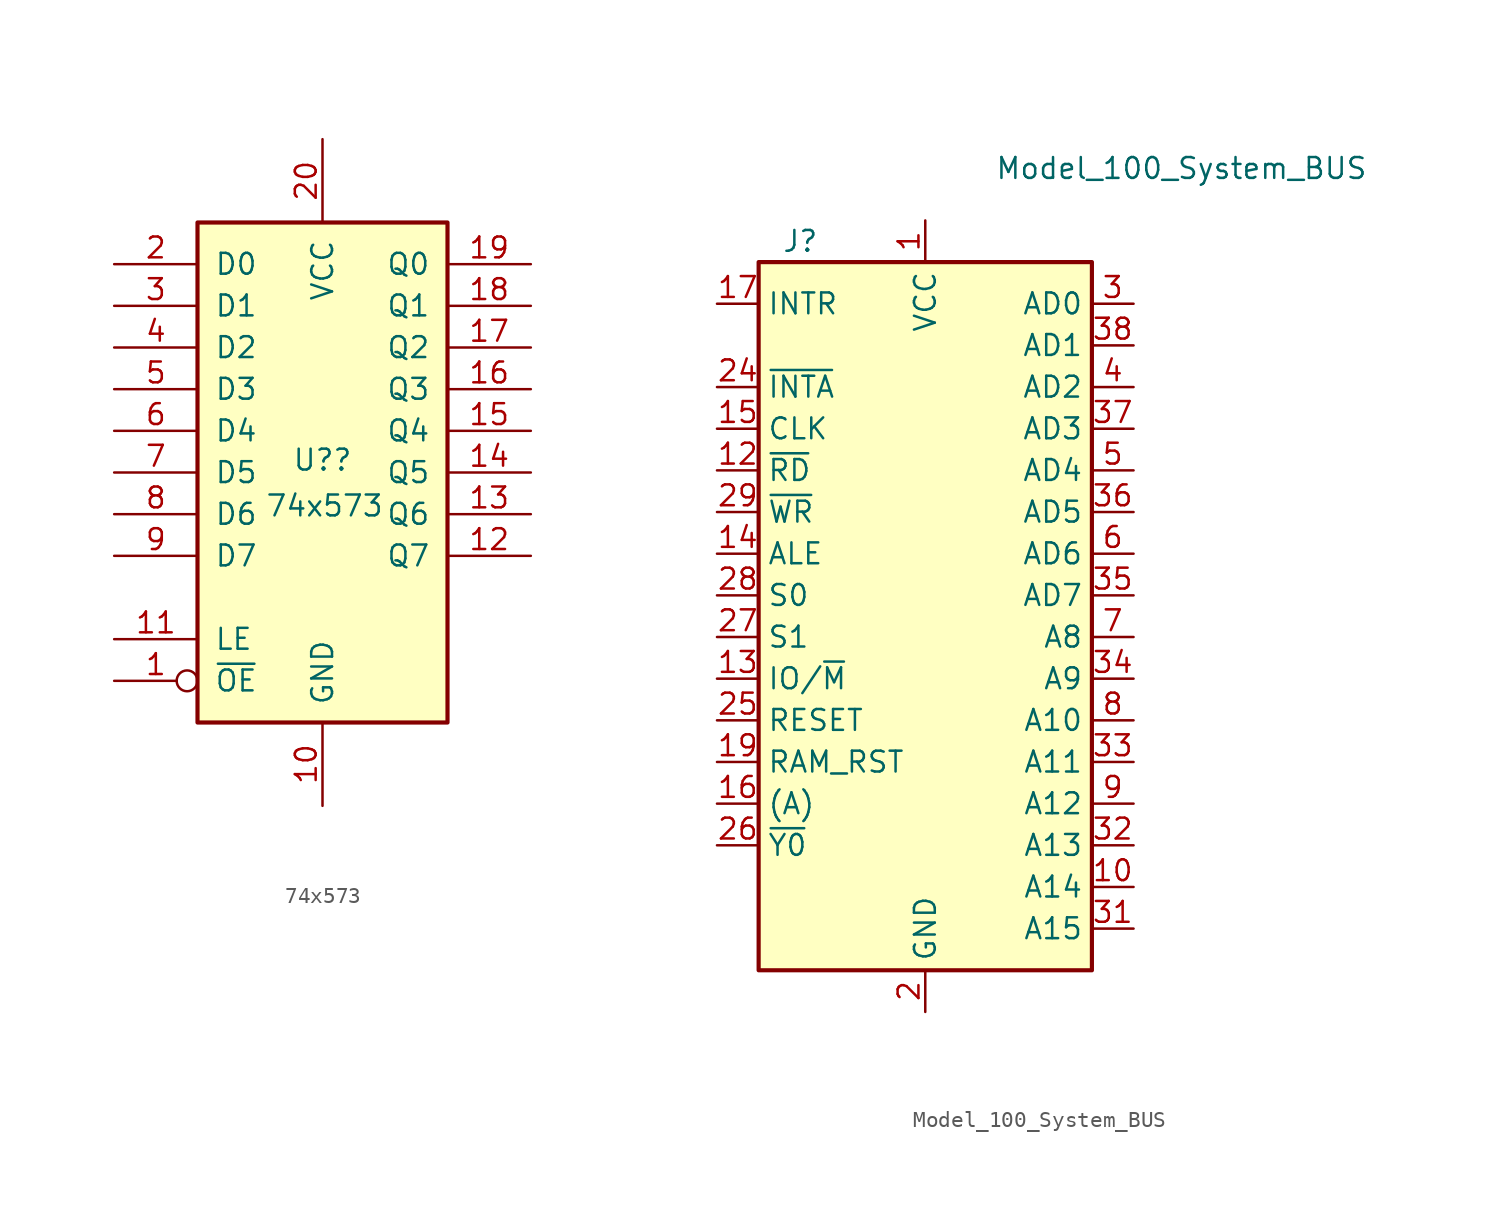
<source format=kicad_sym>
(kicad_symbol_lib
  (version 20220914)
  (generator kicad_symbol_editor)
  (symbol "74x573"
    (pin_names
      (offset 1.016))
    (property "Reference" "U?"
      (at 0 0.762 0)
      (effects (font (size 1.27 1.27))))
    (property "Value" "74x573"
      (at 0.127 -2.032 0)
      (effects (font (size 1.27 1.27))))
    (symbol "74x573_1_0"
      (pin input inverted (at -12.7 -12.7 0) (length 5.08) (name "~{OE}" (effects (font (size 1.27 1.27)))) (number "1" (effects (font (size 1.27 1.27)))))
      (pin power_in line (at 0 -20.32 90) (length 5.08) (name "GND" (effects (font (size 1.27 1.27)))) (number "10" (effects (font (size 1.27 1.27)))))
      (pin input line (at -12.7 -10.16 0) (length 5.08) (name "LE" (effects (font (size 1.27 1.27)))) (number "11" (effects (font (size 1.27 1.27)))))
      (pin tri_state line (at 12.7 -5.08 180) (length 5.08) (name "Q7" (effects (font (size 1.27 1.27)))) (number "12" (effects (font (size 1.27 1.27)))))
      (pin tri_state line (at 12.7 -2.54 180) (length 5.08) (name "Q6" (effects (font (size 1.27 1.27)))) (number "13" (effects (font (size 1.27 1.27)))))
      (pin tri_state line (at 12.7 0 180) (length 5.08) (name "Q5" (effects (font (size 1.27 1.27)))) (number "14" (effects (font (size 1.27 1.27)))))
      (pin tri_state line (at 12.7 2.54 180) (length 5.08) (name "Q4" (effects (font (size 1.27 1.27)))) (number "15" (effects (font (size 1.27 1.27)))))
      (pin tri_state line (at 12.7 5.08 180) (length 5.08) (name "Q3" (effects (font (size 1.27 1.27)))) (number "16" (effects (font (size 1.27 1.27)))))
      (pin tri_state line (at 12.7 7.62 180) (length 5.08) (name "Q2" (effects (font (size 1.27 1.27)))) (number "17" (effects (font (size 1.27 1.27)))))
      (pin tri_state line (at 12.7 10.16 180) (length 5.08) (name "Q1" (effects (font (size 1.27 1.27)))) (number "18" (effects (font (size 1.27 1.27)))))
      (pin tri_state line (at 12.7 12.7 180) (length 5.08) (name "Q0" (effects (font (size 1.27 1.27)))) (number "19" (effects (font (size 1.27 1.27)))))
      (pin input line (at -12.7 12.7 0) (length 5.08) (name "D0" (effects (font (size 1.27 1.27)))) (number "2" (effects (font (size 1.27 1.27)))))
      (pin power_in line (at 0 20.32 270) (length 5.08) (name "VCC" (effects (font (size 1.27 1.27)))) (number "20" (effects (font (size 1.27 1.27)))))
      (pin input line (at -12.7 10.16 0) (length 5.08) (name "D1" (effects (font (size 1.27 1.27)))) (number "3" (effects (font (size 1.27 1.27)))))
      (pin input line (at -12.7 7.62 0) (length 5.08) (name "D2" (effects (font (size 1.27 1.27)))) (number "4" (effects (font (size 1.27 1.27)))))
      (pin input line (at -12.7 5.08 0) (length 5.08) (name "D3" (effects (font (size 1.27 1.27)))) (number "5" (effects (font (size 1.27 1.27)))))
      (pin input line (at -12.7 2.54 0) (length 5.08) (name "D4" (effects (font (size 1.27 1.27)))) (number "6" (effects (font (size 1.27 1.27)))))
      (pin input line (at -12.7 0 0) (length 5.08) (name "D5" (effects (font (size 1.27 1.27)))) (number "7" (effects (font (size 1.27 1.27)))))
      (pin input line (at -12.7 -2.54 0) (length 5.08) (name "D6" (effects (font (size 1.27 1.27)))) (number "8" (effects (font (size 1.27 1.27)))))
      (pin input line (at -12.7 -5.08 0) (length 5.08) (name "D7" (effects (font (size 1.27 1.27)))) (number "9" (effects (font (size 1.27 1.27))))))
    (symbol "74x573_1_1"
      (rectangle (start -7.62 15.24) (end 7.62 -15.24) (stroke (width 0.254) (type default)) (fill (type background)))))
  (symbol "Model_100_System_BUS"
    (property "Reference" "J"
      (at -7.62 22.86 0)
      (effects (font (size 1.27 1.27))))
    (property "Value" "Model_100_System_BUS"
      (at 15.621 27.305 0)
      (effects (font (size 1.27 1.27))))
    (symbol "Model_100_System_BUS_0_1"
      (rectangle (start -10.16 21.59) (end 10.16 -21.59) (stroke (width 0.254) (type default)) (fill (type background))))
    (symbol "Model_100_System_BUS_1_1"
      (pin power_out line (at 0 24.13 270) (length 2.54) (name "VCC" (effects (font (size 1.27 1.27)))) (number "1" (effects (font (size 1.27 1.27)))))
      (pin output line (at 12.7 -16.51 180) (length 2.54) (name "A14" (effects (font (size 1.27 1.27)))) (number "10" (effects (font (size 1.27 1.27)))))
      (pin passive line (at 0 -24.13 90) (length 2.54) hide (name "GND" (effects (font (size 1.27 1.27)))) (number "11" (effects (font (size 1.27 1.27)))))
      (pin output line (at -12.7 8.89 0) (length 2.54) (name "~{RD}" (effects (font (size 1.27 1.27)))) (number "12" (effects (font (size 1.27 1.27)))))
      (pin output line (at -12.7 -3.81 0) (length 2.54) (name "IO/~{M}" (effects (font (size 1.27 1.27)))) (number "13" (effects (font (size 1.27 1.27)))))
      (pin output line (at -12.7 3.81 0) (length 2.54) (name "ALE" (effects (font (size 1.27 1.27)))) (number "14" (effects (font (size 1.27 1.27)))))
      (pin output line (at -12.7 11.43 0) (length 2.54) (name "CLK" (effects (font (size 1.27 1.27)))) (number "15" (effects (font (size 1.27 1.27)))))
      (pin output line (at -12.7 -11.43 0) (length 2.54) (name "(A)" (effects (font (size 1.27 1.27)))) (number "16" (effects (font (size 1.27 1.27)))))
      (pin input line (at -12.7 19.05 0) (length 2.54) (name "INTR" (effects (font (size 1.27 1.27)))) (number "17" (effects (font (size 1.27 1.27)))))
      (pin passive line (at 0 -24.13 90) (length 2.54) hide (name "GND" (effects (font (size 1.27 1.27)))) (number "18" (effects (font (size 1.27 1.27)))))
      (pin output line (at -12.7 -8.89 0) (length 2.54) (name "RAM_RST" (effects (font (size 1.27 1.27)))) (number "19" (effects (font (size 1.27 1.27)))))
      (pin power_out line (at 0 -24.13 90) (length 2.54) (name "GND" (effects (font (size 1.27 1.27)))) (number "2" (effects (font (size 1.27 1.27)))))
      (pin no_connect line (at -10.16 -17.78 0) (length 2.54) hide (name "NC" (effects (font (size 1.27 1.27)))) (number "20" (effects (font (size 1.27 1.27)))))
      (pin no_connect line (at -10.16 -19.05 0) (length 2.54) hide (name "NC" (effects (font (size 1.27 1.27)))) (number "21" (effects (font (size 1.27 1.27)))))
      (pin no_connect line (at -10.16 -20.32 0) (length 2.54) hide (name "NC" (effects (font (size 1.27 1.27)))) (number "22" (effects (font (size 1.27 1.27)))))
      (pin passive line (at 0 -24.13 90) (length 2.54) hide (name "GND" (effects (font (size 1.27 1.27)))) (number "23" (effects (font (size 1.27 1.27)))))
      (pin output line (at -12.7 13.97 0) (length 2.54) (name "~{INTA}" (effects (font (size 1.27 1.27)))) (number "24" (effects (font (size 1.27 1.27)))))
      (pin output line (at -12.7 -6.35 0) (length 2.54) (name "RESET" (effects (font (size 1.27 1.27)))) (number "25" (effects (font (size 1.27 1.27)))))
      (pin output line (at -12.7 -13.97 0) (length 2.54) (name "~{Y0}" (effects (font (size 1.27 1.27)))) (number "26" (effects (font (size 1.27 1.27)))))
      (pin output line (at -12.7 -1.27 0) (length 2.54) (name "S1" (effects (font (size 1.27 1.27)))) (number "27" (effects (font (size 1.27 1.27)))))
      (pin output line (at -12.7 1.27 0) (length 2.54) (name "S0" (effects (font (size 1.27 1.27)))) (number "28" (effects (font (size 1.27 1.27)))))
      (pin output line (at -12.7 6.35 0) (length 2.54) (name "~{WR}" (effects (font (size 1.27 1.27)))) (number "29" (effects (font (size 1.27 1.27)))))
      (pin bidirectional line (at 12.7 19.05 180) (length 2.54) (name "AD0" (effects (font (size 1.27 1.27)))) (number "3" (effects (font (size 1.27 1.27)))))
      (pin passive line (at 0 -24.13 90) (length 2.54) hide (name "GND" (effects (font (size 1.27 1.27)))) (number "30" (effects (font (size 1.27 1.27)))))
      (pin output line (at 12.7 -19.05 180) (length 2.54) (name "A15" (effects (font (size 1.27 1.27)))) (number "31" (effects (font (size 1.27 1.27)))))
      (pin output line (at 12.7 -13.97 180) (length 2.54) (name "A13" (effects (font (size 1.27 1.27)))) (number "32" (effects (font (size 1.27 1.27)))))
      (pin output line (at 12.7 -8.89 180) (length 2.54) (name "A11" (effects (font (size 1.27 1.27)))) (number "33" (effects (font (size 1.27 1.27)))))
      (pin output line (at 12.7 -3.81 180) (length 2.54) (name "A9" (effects (font (size 1.27 1.27)))) (number "34" (effects (font (size 1.27 1.27)))))
      (pin bidirectional line (at 12.7 1.27 180) (length 2.54) (name "AD7" (effects (font (size 1.27 1.27)))) (number "35" (effects (font (size 1.27 1.27)))))
      (pin bidirectional line (at 12.7 6.35 180) (length 2.54) (name "AD5" (effects (font (size 1.27 1.27)))) (number "36" (effects (font (size 1.27 1.27)))))
      (pin bidirectional line (at 12.7 11.43 180) (length 2.54) (name "AD3" (effects (font (size 1.27 1.27)))) (number "37" (effects (font (size 1.27 1.27)))))
      (pin bidirectional line (at 12.7 16.51 180) (length 2.54) (name "AD1" (effects (font (size 1.27 1.27)))) (number "38" (effects (font (size 1.27 1.27)))))
      (pin passive line (at 0 -24.13 90) (length 2.54) hide (name "GND" (effects (font (size 1.27 1.27)))) (number "39" (effects (font (size 1.27 1.27)))))
      (pin bidirectional line (at 12.7 13.97 180) (length 2.54) (name "AD2" (effects (font (size 1.27 1.27)))) (number "4" (effects (font (size 1.27 1.27)))))
      (pin passive line (at 0 24.13 270) (length 2.54) hide (name "VCC" (effects (font (size 1.27 1.27)))) (number "40" (effects (font (size 1.27 1.27)))))
      (pin bidirectional line (at 12.7 8.89 180) (length 2.54) (name "AD4" (effects (font (size 1.27 1.27)))) (number "5" (effects (font (size 1.27 1.27)))))
      (pin bidirectional line (at 12.7 3.81 180) (length 2.54) (name "AD6" (effects (font (size 1.27 1.27)))) (number "6" (effects (font (size 1.27 1.27)))))
      (pin output line (at 12.7 -1.27 180) (length 2.54) (name "A8" (effects (font (size 1.27 1.27)))) (number "7" (effects (font (size 1.27 1.27)))))
      (pin output line (at 12.7 -6.35 180) (length 2.54) (name "A10" (effects (font (size 1.27 1.27)))) (number "8" (effects (font (size 1.27 1.27)))))
      (pin output line (at 12.7 -11.43 180) (length 2.54) (name "A12" (effects (font (size 1.27 1.27)))) (number "9" (effects (font (size 1.27 1.27))))))))
</source>
